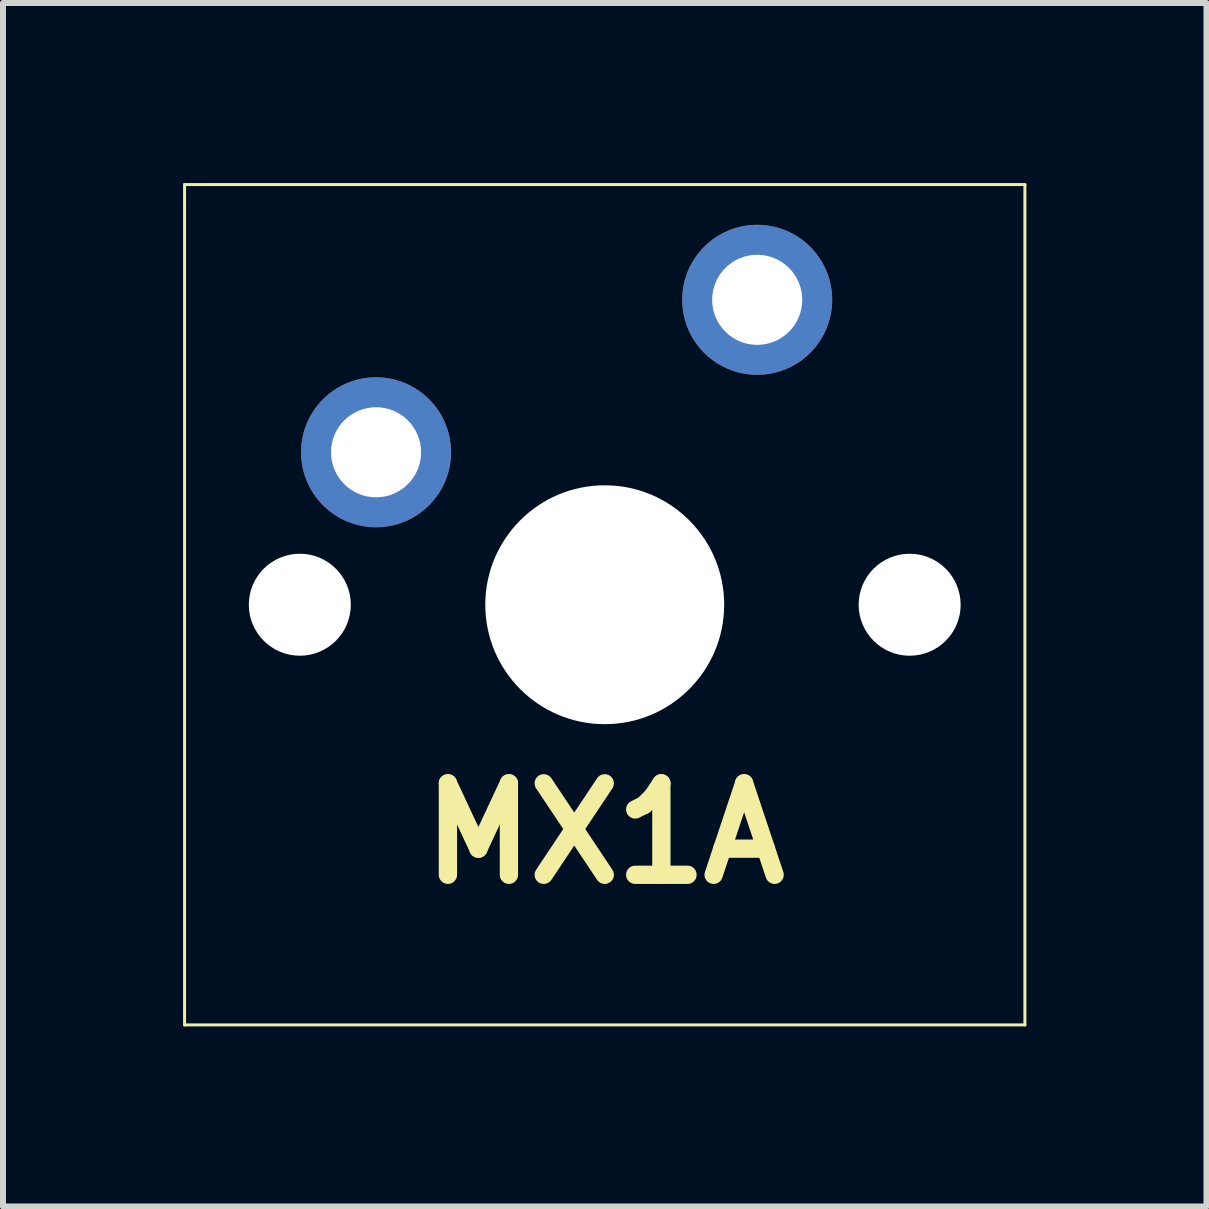
<source format=kicad_pcb>
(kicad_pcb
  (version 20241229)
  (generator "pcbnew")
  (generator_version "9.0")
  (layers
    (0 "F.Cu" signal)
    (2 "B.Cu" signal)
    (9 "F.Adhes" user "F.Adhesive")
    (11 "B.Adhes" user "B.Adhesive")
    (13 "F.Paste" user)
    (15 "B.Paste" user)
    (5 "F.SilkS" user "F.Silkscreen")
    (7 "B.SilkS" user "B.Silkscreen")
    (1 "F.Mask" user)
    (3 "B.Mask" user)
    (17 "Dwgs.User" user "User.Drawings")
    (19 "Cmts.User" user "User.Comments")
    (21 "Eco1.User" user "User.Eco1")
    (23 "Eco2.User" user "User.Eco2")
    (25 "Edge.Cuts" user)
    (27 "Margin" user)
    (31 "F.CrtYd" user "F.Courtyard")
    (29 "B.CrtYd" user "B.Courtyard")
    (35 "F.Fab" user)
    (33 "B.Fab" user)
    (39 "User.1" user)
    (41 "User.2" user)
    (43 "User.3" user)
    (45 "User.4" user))
  (footprint "MX1A"
    (layer "F.Cu")
    (at 7.025 7.025)
    (property "Reference" "MX1A" (at 0 3.81 0) (layer "F.SilkS") (effects (font (size 1.524 1.524) (thickness 0.305))))
    (attr through_hole)
    (fp_line (start -7 -7) (end 7 -7) (stroke (width 0.05) (type solid)) (layer "F.SilkS"))
    (fp_line (start -7 7) (end -7 -7) (stroke (width 0.05) (type solid)) (layer "F.SilkS"))
    (fp_line (start 7 -7) (end 7 7) (stroke (width 0.05) (type solid)) (layer "F.SilkS"))
    (fp_line (start 7 7) (end -7 7) (stroke (width 0.05) (type solid)) (layer "F.SilkS"))
    (pad "" np_thru_hole circle (at -5.08 0) (size 1.699 1.699) (drill 1.699) (layers "*.Cu" "*.Mask"))
    (pad "" np_thru_hole circle (at 0 0) (size 3.98 3.98) (drill 3.98) (layers "*.Cu" "*.Mask"))
    (pad "" np_thru_hole circle (at 5.08 0) (size 1.699 1.699) (drill 1.699) (layers "*.Cu" "*.Mask"))
    (pad "1" thru_hole circle (at -3.81 -2.54) (size 2.499 2.499) (drill 1.501) (layers "*.Cu" "*.Mask"))
    (pad "2" thru_hole circle (at 2.54 -5.08) (size 2.499 2.499) (drill 1.501) (layers "*.Cu" "*.Mask")))
  (gr_rect
    (start -3 -3)
    (end 17.05 17.05)
    (stroke (width 0.1) (type default))
    (fill no)
    (layer "Edge.Cuts")))
</source>
